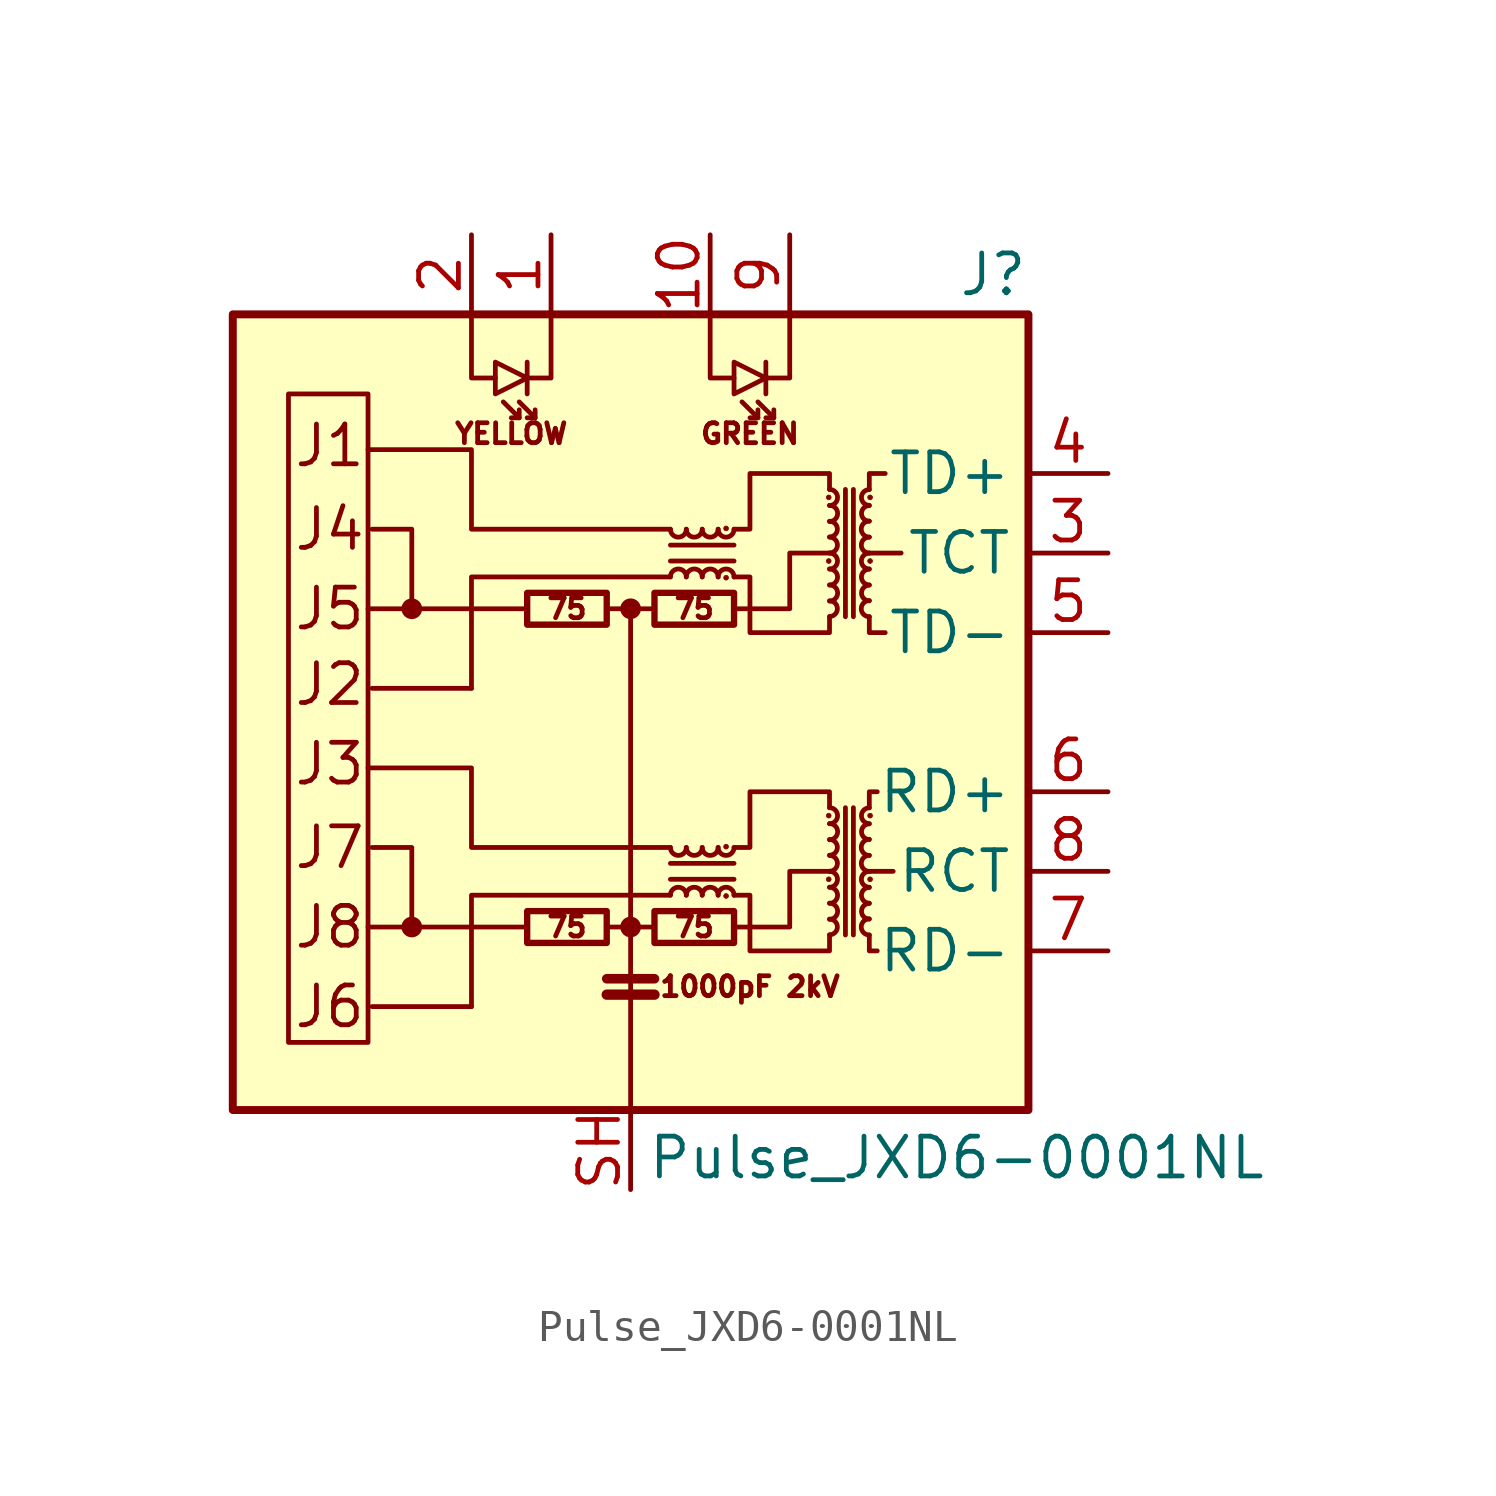
<source format=kicad_sym>
(kicad_symbol_lib
  (version 20211014)
  (generator kicad_symbol_editor)
  (symbol "Pulse_JXD6-0001NL"
    (property "Reference" "J"
      (at 12.7 13.97 0)
      (effects (font (size 1.27 1.27)) (justify right)))
    (property "Value" "Pulse_JXD6-0001NL"
      (at 10.414 -14.224 0)
      (effects (font (size 1.27 1.27))))
    (symbol "Pulse_JXD6-0001NL_0_0"
      (rectangle (start -12.7 12.7) (end 12.7 -12.7) (stroke (width 0.254) (type default) (color 0 0 0 0)) (fill (type background)))
      (polyline (pts (xy -3.302 -6.858) (xy -8.382 -6.858)) (stroke (width 0) (type default) (color 0 0 0 0)) (fill (type none)))
      (polyline (pts (xy -3.302 3.302) (xy -8.382 3.302)) (stroke (width 0) (type default) (color 0 0 0 0)) (fill (type none)))
      (polyline (pts (xy 8.382 -5.08) (xy 7.62 -5.08)) (stroke (width 0) (type default) (color 0 0 0 0)) (fill (type none)))
      (polyline (pts (xy 8.636 5.08) (xy 7.62 5.08)) (stroke (width 0) (type default) (color 0 0 0 0)) (fill (type none)))
      (polyline (pts (xy 1.27 -4.318) (xy -5.08 -4.318) (xy -5.08 -1.778) (xy -8.382 -1.778)) (stroke (width 0) (type default) (color 0 0 0 0)) (fill (type none)))
      (polyline (pts (xy 1.27 5.842) (xy -5.08 5.842) (xy -5.08 8.382) (xy -8.382 8.382)) (stroke (width 0) (type default) (color 0 0 0 0)) (fill (type none)))
      (polyline (pts (xy 3.302 -6.858) (xy 5.08 -6.858) (xy 5.08 -5.08) (xy 6.35 -5.08)) (stroke (width 0) (type default) (color 0 0 0 0)) (fill (type none)))
      (polyline (pts (xy 3.302 3.302) (xy 5.08 3.302) (xy 5.08 5.08) (xy 6.35 5.08)) (stroke (width 0) (type default) (color 0 0 0 0)) (fill (type none)))
      (text "1000pF 2kV" (at 3.81 -8.763 0) (effects (font (size 0.635 0.635))))
      (text "75" (at -2.032 -6.858 0) (effects (font (size 0.635 0.635))))
      (text "75" (at -2.032 3.302 0) (effects (font (size 0.635 0.635))))
      (text "75" (at 2.032 -6.858 0) (effects (font (size 0.635 0.635))))
      (text "75" (at 2.032 3.302 0) (effects (font (size 0.635 0.635))))
      (text "GREEN" (at 3.81 8.89 0) (effects (font (size 0.635 0.635))))
      (text "J1" (at -10.795 8.509 0) (effects (font (size 1.27 1.27)) (justify left)))
      (text "J2" (at -10.795 0.889 0) (effects (font (size 1.27 1.27)) (justify left)))
      (text "J3" (at -10.795 -1.651 0) (effects (font (size 1.27 1.27)) (justify left)))
      (text "J4" (at -10.795 5.842 0) (effects (font (size 1.27 1.27)) (justify left)))
      (text "J5" (at -10.795 3.302 0) (effects (font (size 1.27 1.27)) (justify left)))
      (text "J6" (at -10.795 -9.398 0) (effects (font (size 1.27 1.27)) (justify left)))
      (text "J7" (at -10.795 -4.318 0) (effects (font (size 1.27 1.27)) (justify left)))
      (text "J8" (at -10.795 -6.858 0) (effects (font (size 1.27 1.27)) (justify left)))
      (text "YELLOW" (at -3.81 8.89 0) (effects (font (size 0.635 0.635)))))
    (symbol "Pulse_JXD6-0001NL_0_1"
      (rectangle (start -8.382 -10.541) (end -10.922 10.16) (stroke (width 0) (type default) (color 0 0 0 0)) (fill (type none)))
      (circle (center -6.985 -6.858) (radius 0.254) (stroke (width 0) (type default) (color 0 0 0 0)) (fill (type outline)))
      (circle (center -6.985 3.302) (radius 0.254) (stroke (width 0) (type default) (color 0 0 0 0)) (fill (type outline)))
      (rectangle (start -3.302 -7.366) (end -0.762 -6.35) (stroke (width 0.203) (type default) (color 0 0 0 0)) (fill (type none)))
      (rectangle (start -3.302 2.794) (end -0.762 3.81) (stroke (width 0.203) (type default) (color 0 0 0 0)) (fill (type none)))
      (circle (center 0 -6.858) (radius 0.254) (stroke (width 0) (type default) (color 0 0 0 0)) (fill (type outline)))
      (polyline (pts (xy -5.08 -9.398) (xy -8.255 -9.398)) (stroke (width 0) (type default) (color 0 0 0 0)) (fill (type none)))
      (polyline (pts (xy -5.08 0.762) (xy -8.255 0.762)) (stroke (width 0) (type default) (color 0 0 0 0)) (fill (type none)))
      (polyline (pts (xy -3.556 9.398) (xy -4.064 9.906)) (stroke (width 0) (type default) (color 0 0 0 0)) (fill (type none)))
      (polyline (pts (xy -3.302 11.176) (xy -3.302 10.16)) (stroke (width 0) (type default) (color 0 0 0 0)) (fill (type none)))
      (polyline (pts (xy -3.048 9.398) (xy -3.556 9.906)) (stroke (width 0) (type default) (color 0 0 0 0)) (fill (type none)))
      (polyline (pts (xy -0.762 -9.017) (xy 0.762 -9.017)) (stroke (width 0.33) (type default) (color 0 0 0 0)) (fill (type none)))
      (polyline (pts (xy -0.762 -8.509) (xy 0.762 -8.509)) (stroke (width 0.305) (type default) (color 0 0 0 0)) (fill (type none)))
      (polyline (pts (xy 0 3.302) (xy -0.762 3.302)) (stroke (width 0) (type default) (color 0 0 0 0)) (fill (type none)))
      (polyline (pts (xy 0.762 -6.858) (xy -0.762 -6.858)) (stroke (width 0) (type default) (color 0 0 0 0)) (fill (type none)))
      (polyline (pts (xy 1.27 -5.334) (xy 3.302 -5.334)) (stroke (width 0) (type default) (color 0 0 0 0)) (fill (type none)))
      (polyline (pts (xy 1.27 4.826) (xy 3.302 4.826)) (stroke (width 0) (type default) (color 0 0 0 0)) (fill (type none)))
      (polyline (pts (xy 3.302 -4.826) (xy 1.27 -4.826)) (stroke (width 0) (type default) (color 0 0 0 0)) (fill (type none)))
      (polyline (pts (xy 3.302 5.334) (xy 1.27 5.334)) (stroke (width 0) (type default) (color 0 0 0 0)) (fill (type none)))
      (polyline (pts (xy 4.064 9.398) (xy 3.556 9.906)) (stroke (width 0) (type default) (color 0 0 0 0)) (fill (type none)))
      (polyline (pts (xy 4.318 11.176) (xy 4.318 10.16)) (stroke (width 0) (type default) (color 0 0 0 0)) (fill (type none)))
      (polyline (pts (xy 4.572 9.398) (xy 4.064 9.906)) (stroke (width 0) (type default) (color 0 0 0 0)) (fill (type none)))
      (polyline (pts (xy 6.858 -3.048) (xy 6.858 -7.112)) (stroke (width 0) (type default) (color 0 0 0 0)) (fill (type none)))
      (polyline (pts (xy 6.858 7.112) (xy 6.858 3.048)) (stroke (width 0) (type default) (color 0 0 0 0)) (fill (type none)))
      (polyline (pts (xy 7.112 -7.112) (xy 7.112 -3.048)) (stroke (width 0) (type default) (color 0 0 0 0)) (fill (type none)))
      (polyline (pts (xy 7.112 3.048) (xy 7.112 7.112)) (stroke (width 0) (type default) (color 0 0 0 0)) (fill (type none)))
      (polyline (pts (xy -6.985 -6.858) (xy -6.985 -4.318) (xy -8.255 -4.318)) (stroke (width 0) (type default) (color 0 0 0 0)) (fill (type none)))
      (polyline (pts (xy -6.985 3.302) (xy -6.985 5.842) (xy -8.255 5.842)) (stroke (width 0) (type default) (color 0 0 0 0)) (fill (type none)))
      (polyline (pts (xy -5.08 12.7) (xy -5.08 10.668) (xy -4.318 10.668)) (stroke (width 0) (type default) (color 0 0 0 0)) (fill (type none)))
      (polyline (pts (xy -3.556 9.652) (xy -3.556 9.398) (xy -3.81 9.398)) (stroke (width 0) (type default) (color 0 0 0 0)) (fill (type none)))
      (polyline (pts (xy -3.048 9.652) (xy -3.048 9.398) (xy -3.302 9.398)) (stroke (width 0) (type default) (color 0 0 0 0)) (fill (type none)))
      (polyline (pts (xy -2.54 12.7) (xy -2.54 10.668) (xy -3.302 10.668)) (stroke (width 0) (type default) (color 0 0 0 0)) (fill (type none)))
      (polyline (pts (xy 0 -12.7) (xy 0 3.302) (xy 0.635 3.302)) (stroke (width 0) (type default) (color 0 0 0 0)) (fill (type none)))
      (polyline (pts (xy 1.27 -5.842) (xy -5.08 -5.842) (xy -5.08 -9.398)) (stroke (width 0) (type default) (color 0 0 0 0)) (fill (type none)))
      (polyline (pts (xy 1.27 4.318) (xy -5.08 4.318) (xy -5.08 0.762)) (stroke (width 0) (type default) (color 0 0 0 0)) (fill (type none)))
      (polyline (pts (xy 2.54 12.7) (xy 2.54 10.668) (xy 3.302 10.668)) (stroke (width 0) (type default) (color 0 0 0 0)) (fill (type none)))
      (polyline (pts (xy 4.064 9.652) (xy 4.064 9.398) (xy 3.81 9.398)) (stroke (width 0) (type default) (color 0 0 0 0)) (fill (type none)))
      (polyline (pts (xy 4.572 9.652) (xy 4.572 9.398) (xy 4.318 9.398)) (stroke (width 0) (type default) (color 0 0 0 0)) (fill (type none)))
      (polyline (pts (xy 5.08 12.7) (xy 5.08 10.668) (xy 4.318 10.668)) (stroke (width 0) (type default) (color 0 0 0 0)) (fill (type none)))
      (polyline (pts (xy 7.62 -7.112) (xy 7.62 -7.62) (xy 7.874 -7.62)) (stroke (width 0) (type default) (color 0 0 0 0)) (fill (type none)))
      (polyline (pts (xy 7.62 -3.048) (xy 7.62 -2.54) (xy 7.874 -2.54)) (stroke (width 0) (type default) (color 0 0 0 0)) (fill (type none)))
      (polyline (pts (xy 7.62 3.048) (xy 7.62 2.54) (xy 8.128 2.54)) (stroke (width 0) (type default) (color 0 0 0 0)) (fill (type none)))
      (polyline (pts (xy 7.62 7.112) (xy 7.62 7.62) (xy 8.128 7.62)) (stroke (width 0) (type default) (color 0 0 0 0)) (fill (type none)))
      (polyline (pts (xy -3.302 10.668) (xy -4.318 11.176) (xy -4.318 10.16) (xy -3.302 10.668)) (stroke (width 0) (type default) (color 0 0 0 0)) (fill (type none)))
      (polyline (pts (xy 4.318 10.668) (xy 3.302 11.176) (xy 3.302 10.16) (xy 4.318 10.668)) (stroke (width 0) (type default) (color 0 0 0 0)) (fill (type none)))
      (polyline (pts (xy 3.302 -4.318) (xy 3.81 -4.318) (xy 3.81 -2.54) (xy 6.35 -2.54) (xy 6.35 -3.048)) (stroke (width 0) (type default) (color 0 0 0 0)) (fill (type none)))
      (polyline (pts (xy 3.302 5.842) (xy 3.81 5.842) (xy 3.81 7.62) (xy 6.35 7.62) (xy 6.35 7.112)) (stroke (width 0) (type default) (color 0 0 0 0)) (fill (type none)))
      (polyline (pts (xy 6.35 -7.112) (xy 6.35 -7.62) (xy 3.81 -7.62) (xy 3.81 -5.842) (xy 3.302 -5.842)) (stroke (width 0) (type default) (color 0 0 0 0)) (fill (type none)))
      (polyline (pts (xy 6.35 3.048) (xy 6.35 2.54) (xy 3.81 2.54) (xy 3.81 4.318) (xy 3.302 4.318)) (stroke (width 0) (type default) (color 0 0 0 0)) (fill (type none)))
      (circle (center 0 3.302) (radius 0.254) (stroke (width 0) (type default) (color 0 0 0 0)) (fill (type outline)))
      (rectangle (start 0.762 -7.366) (end 3.302 -6.35) (stroke (width 0.203) (type default) (color 0 0 0 0)) (fill (type none)))
      (rectangle (start 0.762 2.794) (end 3.302 3.81) (stroke (width 0.203) (type default) (color 0 0 0 0)) (fill (type none)))
      (arc (start 1.27 -4.318) (mid 1.524 -4.572) (end 1.778 -4.318) (stroke (width 0) (type default) (color 0 0 0 0)) (fill (type none)))
      (arc (start 1.27 5.842) (mid 1.524 5.588) (end 1.778 5.842) (stroke (width 0) (type default) (color 0 0 0 0)) (fill (type none)))
      (arc (start 1.778 -5.842) (mid 1.524 -5.588) (end 1.27 -5.842) (stroke (width 0) (type default) (color 0 0 0 0)) (fill (type none)))
      (arc (start 1.778 -4.318) (mid 2.032 -4.572) (end 2.286 -4.318) (stroke (width 0) (type default) (color 0 0 0 0)) (fill (type none)))
      (arc (start 1.778 4.318) (mid 1.524 4.572) (end 1.27 4.318) (stroke (width 0) (type default) (color 0 0 0 0)) (fill (type none)))
      (arc (start 1.778 5.842) (mid 2.032 5.588) (end 2.286 5.842) (stroke (width 0) (type default) (color 0 0 0 0)) (fill (type none)))
      (arc (start 2.286 -5.842) (mid 2.032 -5.588) (end 1.778 -5.842) (stroke (width 0) (type default) (color 0 0 0 0)) (fill (type none)))
      (arc (start 2.286 -4.318) (mid 2.54 -4.572) (end 2.794 -4.318) (stroke (width 0) (type default) (color 0 0 0 0)) (fill (type none)))
      (arc (start 2.286 4.318) (mid 2.032 4.572) (end 1.778 4.318) (stroke (width 0) (type default) (color 0 0 0 0)) (fill (type none)))
      (arc (start 2.286 5.842) (mid 2.54 5.588) (end 2.794 5.842) (stroke (width 0) (type default) (color 0 0 0 0)) (fill (type none)))
      (arc (start 2.794 -5.842) (mid 2.54 -5.588) (end 2.286 -5.842) (stroke (width 0) (type default) (color 0 0 0 0)) (fill (type none)))
      (arc (start 2.794 -4.318) (mid 3.048 -4.572) (end 3.302 -4.318) (stroke (width 0) (type default) (color 0 0 0 0)) (fill (type none)))
      (arc (start 2.794 4.318) (mid 2.54 4.572) (end 2.286 4.318) (stroke (width 0) (type default) (color 0 0 0 0)) (fill (type none)))
      (arc (start 2.794 5.842) (mid 3.048 5.588) (end 3.302 5.842) (stroke (width 0) (type default) (color 0 0 0 0)) (fill (type none)))
      (circle (center 3.048 -5.867) (radius 0.076) (stroke (width 0.025) (type default) (color 0 0 0 0)) (fill (type outline)))
      (circle (center 3.048 -4.293) (radius 0.076) (stroke (width 0.025) (type default) (color 0 0 0 0)) (fill (type outline)))
      (circle (center 3.048 4.293) (radius 0.076) (stroke (width 0.025) (type default) (color 0 0 0 0)) (fill (type outline)))
      (circle (center 3.048 5.867) (radius 0.076) (stroke (width 0.025) (type default) (color 0 0 0 0)) (fill (type outline)))
      (arc (start 3.302 -5.842) (mid 3.048 -5.588) (end 2.794 -5.842) (stroke (width 0) (type default) (color 0 0 0 0)) (fill (type none)))
      (arc (start 3.302 4.318) (mid 3.048 4.572) (end 2.794 4.318) (stroke (width 0) (type default) (color 0 0 0 0)) (fill (type none)))
      (circle (center 6.325 -5.334) (radius 0.076) (stroke (width 0.025) (type default) (color 0 0 0 0)) (fill (type outline)))
      (circle (center 6.325 -3.302) (radius 0.076) (stroke (width 0.025) (type default) (color 0 0 0 0)) (fill (type outline)))
      (circle (center 6.325 4.826) (radius 0.076) (stroke (width 0.025) (type default) (color 0 0 0 0)) (fill (type outline)))
      (circle (center 6.325 6.858) (radius 0.076) (stroke (width 0.025) (type default) (color 0 0 0 0)) (fill (type outline)))
      (arc (start 6.35 -7.112) (mid 6.604 -6.858) (end 6.35 -6.604) (stroke (width 0) (type default) (color 0 0 0 0)) (fill (type none)))
      (arc (start 6.35 -6.604) (mid 6.604 -6.35) (end 6.35 -6.096) (stroke (width 0) (type default) (color 0 0 0 0)) (fill (type none)))
      (arc (start 6.35 -6.096) (mid 6.604 -5.842) (end 6.35 -5.588) (stroke (width 0) (type default) (color 0 0 0 0)) (fill (type none)))
      (arc (start 6.35 -5.588) (mid 6.604 -5.334) (end 6.35 -5.08) (stroke (width 0) (type default) (color 0 0 0 0)) (fill (type none)))
      (arc (start 6.35 -5.08) (mid 6.604 -4.826) (end 6.35 -4.572) (stroke (width 0) (type default) (color 0 0 0 0)) (fill (type none)))
      (arc (start 6.35 -4.572) (mid 6.604 -4.318) (end 6.35 -4.064) (stroke (width 0) (type default) (color 0 0 0 0)) (fill (type none)))
      (arc (start 6.35 -4.064) (mid 6.604 -3.81) (end 6.35 -3.556) (stroke (width 0) (type default) (color 0 0 0 0)) (fill (type none)))
      (arc (start 6.35 -3.556) (mid 6.604 -3.302) (end 6.35 -3.048) (stroke (width 0) (type default) (color 0 0 0 0)) (fill (type none)))
      (arc (start 6.35 3.048) (mid 6.604 3.302) (end 6.35 3.556) (stroke (width 0) (type default) (color 0 0 0 0)) (fill (type none)))
      (arc (start 6.35 3.556) (mid 6.604 3.81) (end 6.35 4.064) (stroke (width 0) (type default) (color 0 0 0 0)) (fill (type none)))
      (arc (start 6.35 4.064) (mid 6.604 4.318) (end 6.35 4.572) (stroke (width 0) (type default) (color 0 0 0 0)) (fill (type none)))
      (arc (start 6.35 4.572) (mid 6.604 4.826) (end 6.35 5.08) (stroke (width 0) (type default) (color 0 0 0 0)) (fill (type none)))
      (arc (start 6.35 5.08) (mid 6.604 5.334) (end 6.35 5.588) (stroke (width 0) (type default) (color 0 0 0 0)) (fill (type none)))
      (arc (start 6.35 5.588) (mid 6.604 5.842) (end 6.35 6.096) (stroke (width 0) (type default) (color 0 0 0 0)) (fill (type none)))
      (arc (start 6.35 6.096) (mid 6.604 6.35) (end 6.35 6.604) (stroke (width 0) (type default) (color 0 0 0 0)) (fill (type none)))
      (arc (start 6.35 6.604) (mid 6.604 6.858) (end 6.35 7.112) (stroke (width 0) (type default) (color 0 0 0 0)) (fill (type none)))
      (arc (start 7.62 -6.604) (mid 7.366 -6.858) (end 7.62 -7.112) (stroke (width 0) (type default) (color 0 0 0 0)) (fill (type none)))
      (arc (start 7.62 -6.096) (mid 7.366 -6.35) (end 7.62 -6.604) (stroke (width 0) (type default) (color 0 0 0 0)) (fill (type none)))
      (arc (start 7.62 -5.588) (mid 7.366 -5.842) (end 7.62 -6.096) (stroke (width 0) (type default) (color 0 0 0 0)) (fill (type none)))
      (arc (start 7.62 -5.08) (mid 7.366 -5.334) (end 7.62 -5.588) (stroke (width 0) (type default) (color 0 0 0 0)) (fill (type none)))
      (arc (start 7.62 -4.572) (mid 7.366 -4.826) (end 7.62 -5.08) (stroke (width 0) (type default) (color 0 0 0 0)) (fill (type none)))
      (arc (start 7.62 -4.064) (mid 7.366 -4.318) (end 7.62 -4.572) (stroke (width 0) (type default) (color 0 0 0 0)) (fill (type none)))
      (arc (start 7.62 -3.556) (mid 7.366 -3.81) (end 7.62 -4.064) (stroke (width 0) (type default) (color 0 0 0 0)) (fill (type none)))
      (arc (start 7.62 -3.048) (mid 7.366 -3.302) (end 7.62 -3.556) (stroke (width 0) (type default) (color 0 0 0 0)) (fill (type none)))
      (arc (start 7.62 3.556) (mid 7.366 3.302) (end 7.62 3.048) (stroke (width 0) (type default) (color 0 0 0 0)) (fill (type none)))
      (arc (start 7.62 4.064) (mid 7.366 3.81) (end 7.62 3.556) (stroke (width 0) (type default) (color 0 0 0 0)) (fill (type none)))
      (arc (start 7.62 4.572) (mid 7.366 4.318) (end 7.62 4.064) (stroke (width 0) (type default) (color 0 0 0 0)) (fill (type none)))
      (arc (start 7.62 5.08) (mid 7.366 4.826) (end 7.62 4.572) (stroke (width 0) (type default) (color 0 0 0 0)) (fill (type none)))
      (arc (start 7.62 5.588) (mid 7.366 5.334) (end 7.62 5.08) (stroke (width 0) (type default) (color 0 0 0 0)) (fill (type none)))
      (arc (start 7.62 6.096) (mid 7.366 5.842) (end 7.62 5.588) (stroke (width 0) (type default) (color 0 0 0 0)) (fill (type none)))
      (arc (start 7.62 6.604) (mid 7.366 6.35) (end 7.62 6.096) (stroke (width 0) (type default) (color 0 0 0 0)) (fill (type none)))
      (arc (start 7.62 7.112) (mid 7.366 6.858) (end 7.62 6.604) (stroke (width 0) (type default) (color 0 0 0 0)) (fill (type none)))
      (circle (center 7.645 -5.334) (radius 0.076) (stroke (width 0.025) (type default) (color 0 0 0 0)) (fill (type outline)))
      (circle (center 7.645 -3.302) (radius 0.076) (stroke (width 0.025) (type default) (color 0 0 0 0)) (fill (type outline)))
      (circle (center 7.645 4.826) (radius 0.076) (stroke (width 0.025) (type default) (color 0 0 0 0)) (fill (type outline)))
      (circle (center 7.645 6.858) (radius 0.076) (stroke (width 0.025) (type default) (color 0 0 0 0)) (fill (type outline))))
    (symbol "Pulse_JXD6-0001NL_1_1"
      (pin passive line (at -2.54 15.24 270) (length 2.54) (name "~" (effects (font (size 1.27 1.27)))) (number "1" (effects (font (size 1.27 1.27)))))
      (pin passive line (at 2.54 15.24 270) (length 2.54) (name "~" (effects (font (size 1.27 1.27)))) (number "10" (effects (font (size 1.27 1.27)))))
      (pin passive line (at -5.08 15.24 270) (length 2.54) (name "~" (effects (font (size 1.27 1.27)))) (number "2" (effects (font (size 1.27 1.27)))))
      (pin passive line (at 15.24 5.08 180) (length 2.54) (name "TCT" (effects (font (size 1.27 1.27)))) (number "3" (effects (font (size 1.27 1.27)))))
      (pin passive line (at 15.24 7.62 180) (length 2.54) (name "TD+" (effects (font (size 1.27 1.27)))) (number "4" (effects (font (size 1.27 1.27)))))
      (pin passive line (at 15.24 2.54 180) (length 2.54) (name "TD-" (effects (font (size 1.27 1.27)))) (number "5" (effects (font (size 1.27 1.27)))))
      (pin passive line (at 15.24 -2.54 180) (length 2.54) (name "RD+" (effects (font (size 1.27 1.27)))) (number "6" (effects (font (size 1.27 1.27)))))
      (pin passive line (at 15.24 -7.62 180) (length 2.54) (name "RD-" (effects (font (size 1.27 1.27)))) (number "7" (effects (font (size 1.27 1.27)))))
      (pin passive line (at 15.24 -5.08 180) (length 2.54) (name "RCT" (effects (font (size 1.27 1.27)))) (number "8" (effects (font (size 1.27 1.27)))))
      (pin passive line (at 5.08 15.24 270) (length 2.54) (name "~" (effects (font (size 1.27 1.27)))) (number "9" (effects (font (size 1.27 1.27)))))
      (pin passive line (at 0 -15.24 90) (length 2.54) (name "~" (effects (font (size 1.27 1.27)))) (number "SH" (effects (font (size 1.27 1.27))))))))
</source>
